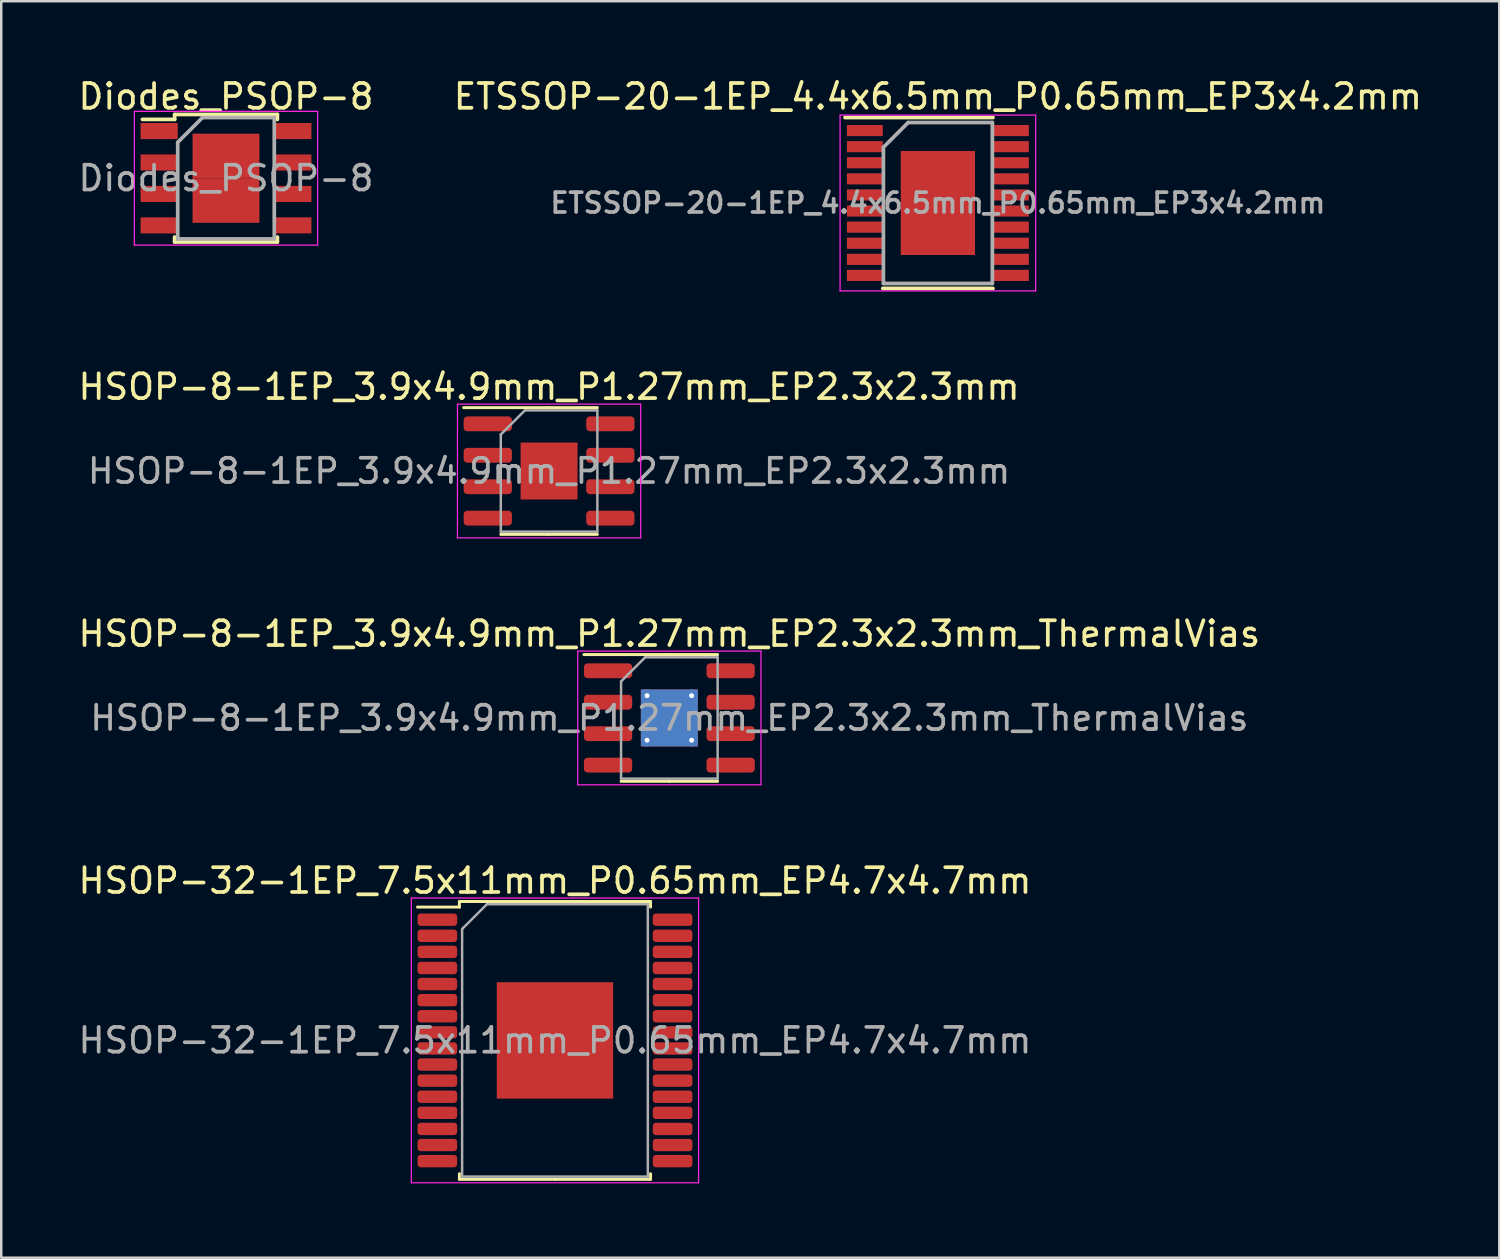
<source format=kicad_pcb>
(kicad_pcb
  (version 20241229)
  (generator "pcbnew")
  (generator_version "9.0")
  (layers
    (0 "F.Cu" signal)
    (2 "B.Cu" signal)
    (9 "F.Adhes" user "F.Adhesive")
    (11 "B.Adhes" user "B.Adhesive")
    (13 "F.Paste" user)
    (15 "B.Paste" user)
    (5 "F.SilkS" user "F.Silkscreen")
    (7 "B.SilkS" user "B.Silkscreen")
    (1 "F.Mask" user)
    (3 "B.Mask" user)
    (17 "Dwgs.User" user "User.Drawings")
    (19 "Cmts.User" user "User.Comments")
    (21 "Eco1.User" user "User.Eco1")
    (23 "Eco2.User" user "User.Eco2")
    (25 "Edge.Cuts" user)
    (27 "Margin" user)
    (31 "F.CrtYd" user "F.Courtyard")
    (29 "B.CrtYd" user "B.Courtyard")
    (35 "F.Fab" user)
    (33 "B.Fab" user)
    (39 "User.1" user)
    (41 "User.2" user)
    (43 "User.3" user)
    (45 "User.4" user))
  (footprint "Diodes_PSOP-8"
    (layer "F.Cu")
    (at 6.077 4.148)
    (property "Reference" "Diodes_PSOP-8" (at 0 -3.3 0) (layer "F.SilkS") (effects (font (size 1 1) (thickness 0.15))))
    (attr smd)
    (fp_line (start -2.075 -2.575) (end -2.075 -2.375) (stroke (width 0.15) (type solid)) (layer "F.SilkS"))
    (fp_line (start -2.075 -2.575) (end 2.075 -2.575) (stroke (width 0.15) (type solid)) (layer "F.SilkS"))
    (fp_line (start -2.075 -2.375) (end -3.375 -2.375) (stroke (width 0.15) (type solid)) (layer "F.SilkS"))
    (fp_line (start -2.075 2.575) (end -2.075 2.375) (stroke (width 0.15) (type solid)) (layer "F.SilkS"))
    (fp_line (start -2.075 2.575) (end 2.075 2.575) (stroke (width 0.15) (type solid)) (layer "F.SilkS"))
    (fp_line (start 2.075 -2.575) (end 2.075 -2.375) (stroke (width 0.15) (type solid)) (layer "F.SilkS"))
    (fp_line (start 2.075 2.575) (end 2.075 2.375) (stroke (width 0.15) (type solid)) (layer "F.SilkS"))
    (fp_line (start -3.7 -2.7) (end -3.7 2.7) (stroke (width 0.05) (type solid)) (layer "F.CrtYd"))
    (fp_line (start -3.7 -2.7) (end 3.7 -2.7) (stroke (width 0.05) (type solid)) (layer "F.CrtYd"))
    (fp_line (start -3.7 2.7) (end 3.7 2.7) (stroke (width 0.05) (type solid)) (layer "F.CrtYd"))
    (fp_line (start 3.7 -2.7) (end 3.7 2.7) (stroke (width 0.05) (type solid)) (layer "F.CrtYd"))
    (fp_line (start -1.95 -1.45) (end -0.95 -2.45) (stroke (width 0.15) (type solid)) (layer "F.Fab"))
    (fp_line (start -1.95 2.45) (end -1.95 -1.45) (stroke (width 0.15) (type solid)) (layer "F.Fab"))
    (fp_line (start -0.95 -2.45) (end 1.95 -2.45) (stroke (width 0.15) (type solid)) (layer "F.Fab"))
    (fp_line (start 1.95 -2.45) (end 1.95 2.45) (stroke (width 0.15) (type solid)) (layer "F.Fab"))
    (fp_line (start 1.95 2.45) (end -1.95 2.45) (stroke (width 0.15) (type solid)) (layer "F.Fab"))
    (fp_text user "${REFERENCE}" (at 0 0 0) (layer "F.Fab") (effects (font (size 1 1) (thickness 0.15))))
    (pad "1" smd rect (at -2.7 -1.905) (size 1.5 0.65) (layers "F.Cu" "F.Mask" "F.Paste"))
    (pad "2" smd rect (at -2.7 -0.635) (size 1.5 0.65) (layers "F.Cu" "F.Mask" "F.Paste"))
    (pad "3" smd rect (at -2.7 0.635) (size 1.5 0.65) (layers "F.Cu" "F.Mask" "F.Paste"))
    (pad "4" smd rect (at -2.7 1.905) (size 1.5 0.65) (layers "F.Cu" "F.Mask" "F.Paste"))
    (pad "5" smd rect (at 2.7 1.905) (size 1.5 0.65) (layers "F.Cu" "F.Mask" "F.Paste"))
    (pad "6" smd rect (at 2.7 0.635) (size 1.5 0.65) (layers "F.Cu" "F.Mask" "F.Paste"))
    (pad "7" smd rect (at 2.7 -0.635) (size 1.5 0.65) (layers "F.Cu" "F.Mask" "F.Paste"))
    (pad "8" smd rect (at 2.7 -1.905) (size 1.5 0.65) (layers "F.Cu" "F.Mask" "F.Paste"))
    (pad "9" smd rect (at -0.675 -0.9) (size 1.35 1.8) (layers "F.Cu" "F.Mask" "F.Paste"))
    (pad "9" smd rect (at -0.675 0.9) (size 1.35 1.8) (layers "F.Cu" "F.Mask" "F.Paste"))
    (pad "9" smd rect (at 0.675 -0.9) (size 1.35 1.8) (layers "F.Cu" "F.Mask" "F.Paste"))
    (pad "9" smd rect (at 0.675 0.9) (size 1.35 1.8) (layers "F.Cu" "F.Mask" "F.Paste")))
  (footprint "HSOP-8-1EP_3.9x4.9mm_P1.27mm_EP2.3x2.3mm"
    (layer "F.Cu")
    (at 19.125 15.972)
    (property "Reference" "HSOP-8-1EP_3.9x4.9mm_P1.27mm_EP2.3x2.3mm" (at 0 -3.4 0) (layer "F.SilkS") (effects (font (size 1 1) (thickness 0.15))))
    (attr smd)
    (fp_line (start 0 -2.56) (end -3.45 -2.56) (stroke (width 0.12) (type solid)) (layer "F.SilkS"))
    (fp_line (start 0 -2.56) (end 1.95 -2.56) (stroke (width 0.12) (type solid)) (layer "F.SilkS"))
    (fp_line (start 0 2.56) (end -1.95 2.56) (stroke (width 0.12) (type solid)) (layer "F.SilkS"))
    (fp_line (start 0 2.56) (end 1.95 2.56) (stroke (width 0.12) (type solid)) (layer "F.SilkS"))
    (fp_line (start -3.7 -2.7) (end -3.7 2.7) (stroke (width 0.05) (type solid)) (layer "F.CrtYd"))
    (fp_line (start -3.7 2.7) (end 3.7 2.7) (stroke (width 0.05) (type solid)) (layer "F.CrtYd"))
    (fp_line (start 3.7 -2.7) (end -3.7 -2.7) (stroke (width 0.05) (type solid)) (layer "F.CrtYd"))
    (fp_line (start 3.7 2.7) (end 3.7 -2.7) (stroke (width 0.05) (type solid)) (layer "F.CrtYd"))
    (fp_line (start -1.95 -1.475) (end -0.975 -2.45) (stroke (width 0.1) (type solid)) (layer "F.Fab"))
    (fp_line (start -1.95 2.45) (end -1.95 -1.475) (stroke (width 0.1) (type solid)) (layer "F.Fab"))
    (fp_line (start -0.975 -2.45) (end 1.95 -2.45) (stroke (width 0.1) (type solid)) (layer "F.Fab"))
    (fp_line (start 1.95 -2.45) (end 1.95 2.45) (stroke (width 0.1) (type solid)) (layer "F.Fab"))
    (fp_line (start 1.95 2.45) (end -1.95 2.45) (stroke (width 0.1) (type solid)) (layer "F.Fab"))
    (fp_text user "${REFERENCE}" (at 0 0 0) (layer "F.Fab") (effects (font (size 0.98 0.98) (thickness 0.15))))
    (pad "" smd roundrect (at -0.575 -0.575) (size 0.93 0.93) (layers "F.Paste") (roundrect_rratio 0.25))
    (pad "" smd roundrect (at -0.575 0.575) (size 0.93 0.93) (layers "F.Paste") (roundrect_rratio 0.25))
    (pad "" smd roundrect (at 0.575 -0.575) (size 0.93 0.93) (layers "F.Paste") (roundrect_rratio 0.25))
    (pad "" smd roundrect (at 0.575 0.575) (size 0.93 0.93) (layers "F.Paste") (roundrect_rratio 0.25))
    (pad "1" smd roundrect (at -2.475 -1.905) (size 1.95 0.6) (layers "F.Cu" "F.Mask" "F.Paste") (roundrect_rratio 0.25))
    (pad "2" smd roundrect (at -2.475 -0.635) (size 1.95 0.6) (layers "F.Cu" "F.Mask" "F.Paste") (roundrect_rratio 0.25))
    (pad "3" smd roundrect (at -2.475 0.635) (size 1.95 0.6) (layers "F.Cu" "F.Mask" "F.Paste") (roundrect_rratio 0.25))
    (pad "4" smd roundrect (at -2.475 1.905) (size 1.95 0.6) (layers "F.Cu" "F.Mask" "F.Paste") (roundrect_rratio 0.25))
    (pad "5" smd roundrect (at 2.475 1.905) (size 1.95 0.6) (layers "F.Cu" "F.Mask" "F.Paste") (roundrect_rratio 0.25))
    (pad "6" smd roundrect (at 2.475 0.635) (size 1.95 0.6) (layers "F.Cu" "F.Mask" "F.Paste") (roundrect_rratio 0.25))
    (pad "7" smd roundrect (at 2.475 -0.635) (size 1.95 0.6) (layers "F.Cu" "F.Mask" "F.Paste") (roundrect_rratio 0.25))
    (pad "8" smd roundrect (at 2.475 -1.905) (size 1.95 0.6) (layers "F.Cu" "F.Mask" "F.Paste") (roundrect_rratio 0.25))
    (pad "9" smd rect (at 0 0) (size 2.3 2.3) (layers "F.Cu" "F.Mask")))
  (footprint "HSOP-32-1EP_7.5x11mm_P0.65mm_EP4.7x4.7mm"
    (layer "F.Cu")
    (at 19.363 38.968)
    (property "Reference" "HSOP-32-1EP_7.5x11mm_P0.65mm_EP4.7x4.7mm" (at 0 -6.45 0) (layer "F.SilkS") (effects (font (size 1 1) (thickness 0.15))))
    (attr smd)
    (fp_line (start -3.86 -5.61) (end -3.86 -5.385) (stroke (width 0.12) (type solid)) (layer "F.SilkS"))
    (fp_line (start -3.86 -5.385) (end -5.55 -5.385) (stroke (width 0.12) (type solid)) (layer "F.SilkS"))
    (fp_line (start -3.86 5.61) (end -3.86 5.385) (stroke (width 0.12) (type solid)) (layer "F.SilkS"))
    (fp_line (start 0 -5.61) (end -3.86 -5.61) (stroke (width 0.12) (type solid)) (layer "F.SilkS"))
    (fp_line (start 0 -5.61) (end 3.86 -5.61) (stroke (width 0.12) (type solid)) (layer "F.SilkS"))
    (fp_line (start 0 5.61) (end -3.86 5.61) (stroke (width 0.12) (type solid)) (layer "F.SilkS"))
    (fp_line (start 0 5.61) (end 3.86 5.61) (stroke (width 0.12) (type solid)) (layer "F.SilkS"))
    (fp_line (start 3.86 -5.61) (end 3.86 -5.385) (stroke (width 0.12) (type solid)) (layer "F.SilkS"))
    (fp_line (start 3.86 5.61) (end 3.86 5.385) (stroke (width 0.12) (type solid)) (layer "F.SilkS"))
    (fp_line (start -5.8 -5.75) (end -5.8 5.75) (stroke (width 0.05) (type solid)) (layer "F.CrtYd"))
    (fp_line (start -5.8 5.75) (end 5.8 5.75) (stroke (width 0.05) (type solid)) (layer "F.CrtYd"))
    (fp_line (start 5.8 -5.75) (end -5.8 -5.75) (stroke (width 0.05) (type solid)) (layer "F.CrtYd"))
    (fp_line (start 5.8 5.75) (end 5.8 -5.75) (stroke (width 0.05) (type solid)) (layer "F.CrtYd"))
    (fp_line (start -3.75 -4.5) (end -2.75 -5.5) (stroke (width 0.1) (type solid)) (layer "F.Fab"))
    (fp_line (start -3.75 5.5) (end -3.75 -4.5) (stroke (width 0.1) (type solid)) (layer "F.Fab"))
    (fp_line (start -2.75 -5.5) (end 3.75 -5.5) (stroke (width 0.1) (type solid)) (layer "F.Fab"))
    (fp_line (start 3.75 -5.5) (end 3.75 5.5) (stroke (width 0.1) (type solid)) (layer "F.Fab"))
    (fp_line (start 3.75 5.5) (end -3.75 5.5) (stroke (width 0.1) (type solid)) (layer "F.Fab"))
    (fp_text user "${REFERENCE}" (at 0 0 0) (layer "F.Fab") (effects (font (size 1 1) (thickness 0.15))))
    (pad "" smd roundrect (at -1.175 -1.175) (size 1.89 1.89) (layers "F.Paste") (roundrect_rratio 0.132))
    (pad "" smd roundrect (at -1.175 1.175) (size 1.89 1.89) (layers "F.Paste") (roundrect_rratio 0.132))
    (pad "" smd roundrect (at 1.175 -1.175) (size 1.89 1.89) (layers "F.Paste") (roundrect_rratio 0.132))
    (pad "" smd roundrect (at 1.175 1.175) (size 1.89 1.89) (layers "F.Paste") (roundrect_rratio 0.132))
    (pad "1" smd roundrect (at -4.75 -4.875) (size 1.6 0.5) (layers "F.Cu" "F.Mask" "F.Paste") (roundrect_rratio 0.25))
    (pad "2" smd roundrect (at -4.75 -4.225) (size 1.6 0.5) (layers "F.Cu" "F.Mask" "F.Paste") (roundrect_rratio 0.25))
    (pad "3" smd roundrect (at -4.75 -3.575) (size 1.6 0.5) (layers "F.Cu" "F.Mask" "F.Paste") (roundrect_rratio 0.25))
    (pad "4" smd roundrect (at -4.75 -2.925) (size 1.6 0.5) (layers "F.Cu" "F.Mask" "F.Paste") (roundrect_rratio 0.25))
    (pad "5" smd roundrect (at -4.75 -2.275) (size 1.6 0.5) (layers "F.Cu" "F.Mask" "F.Paste") (roundrect_rratio 0.25))
    (pad "6" smd roundrect (at -4.75 -1.625) (size 1.6 0.5) (layers "F.Cu" "F.Mask" "F.Paste") (roundrect_rratio 0.25))
    (pad "7" smd roundrect (at -4.75 -0.975) (size 1.6 0.5) (layers "F.Cu" "F.Mask" "F.Paste") (roundrect_rratio 0.25))
    (pad "8" smd roundrect (at -4.75 -0.325) (size 1.6 0.5) (layers "F.Cu" "F.Mask" "F.Paste") (roundrect_rratio 0.25))
    (pad "9" smd roundrect (at -4.75 0.325) (size 1.6 0.5) (layers "F.Cu" "F.Mask" "F.Paste") (roundrect_rratio 0.25))
    (pad "10" smd roundrect (at -4.75 0.975) (size 1.6 0.5) (layers "F.Cu" "F.Mask" "F.Paste") (roundrect_rratio 0.25))
    (pad "11" smd roundrect (at -4.75 1.625) (size 1.6 0.5) (layers "F.Cu" "F.Mask" "F.Paste") (roundrect_rratio 0.25))
    (pad "12" smd roundrect (at -4.75 2.275) (size 1.6 0.5) (layers "F.Cu" "F.Mask" "F.Paste") (roundrect_rratio 0.25))
    (pad "13" smd roundrect (at -4.75 2.925) (size 1.6 0.5) (layers "F.Cu" "F.Mask" "F.Paste") (roundrect_rratio 0.25))
    (pad "14" smd roundrect (at -4.75 3.575) (size 1.6 0.5) (layers "F.Cu" "F.Mask" "F.Paste") (roundrect_rratio 0.25))
    (pad "15" smd roundrect (at -4.75 4.225) (size 1.6 0.5) (layers "F.Cu" "F.Mask" "F.Paste") (roundrect_rratio 0.25))
    (pad "16" smd roundrect (at -4.75 4.875) (size 1.6 0.5) (layers "F.Cu" "F.Mask" "F.Paste") (roundrect_rratio 0.25))
    (pad "17" smd roundrect (at 4.75 4.875) (size 1.6 0.5) (layers "F.Cu" "F.Mask" "F.Paste") (roundrect_rratio 0.25))
    (pad "18" smd roundrect (at 4.75 4.225) (size 1.6 0.5) (layers "F.Cu" "F.Mask" "F.Paste") (roundrect_rratio 0.25))
    (pad "19" smd roundrect (at 4.75 3.575) (size 1.6 0.5) (layers "F.Cu" "F.Mask" "F.Paste") (roundrect_rratio 0.25))
    (pad "20" smd roundrect (at 4.75 2.925) (size 1.6 0.5) (layers "F.Cu" "F.Mask" "F.Paste") (roundrect_rratio 0.25))
    (pad "21" smd roundrect (at 4.75 2.275) (size 1.6 0.5) (layers "F.Cu" "F.Mask" "F.Paste") (roundrect_rratio 0.25))
    (pad "22" smd roundrect (at 4.75 1.625) (size 1.6 0.5) (layers "F.Cu" "F.Mask" "F.Paste") (roundrect_rratio 0.25))
    (pad "23" smd roundrect (at 4.75 0.975) (size 1.6 0.5) (layers "F.Cu" "F.Mask" "F.Paste") (roundrect_rratio 0.25))
    (pad "24" smd roundrect (at 4.75 0.325) (size 1.6 0.5) (layers "F.Cu" "F.Mask" "F.Paste") (roundrect_rratio 0.25))
    (pad "25" smd roundrect (at 4.75 -0.325) (size 1.6 0.5) (layers "F.Cu" "F.Mask" "F.Paste") (roundrect_rratio 0.25))
    (pad "26" smd roundrect (at 4.75 -0.975) (size 1.6 0.5) (layers "F.Cu" "F.Mask" "F.Paste") (roundrect_rratio 0.25))
    (pad "27" smd roundrect (at 4.75 -1.625) (size 1.6 0.5) (layers "F.Cu" "F.Mask" "F.Paste") (roundrect_rratio 0.25))
    (pad "28" smd roundrect (at 4.75 -2.275) (size 1.6 0.5) (layers "F.Cu" "F.Mask" "F.Paste") (roundrect_rratio 0.25))
    (pad "29" smd roundrect (at 4.75 -2.925) (size 1.6 0.5) (layers "F.Cu" "F.Mask" "F.Paste") (roundrect_rratio 0.25))
    (pad "30" smd roundrect (at 4.75 -3.575) (size 1.6 0.5) (layers "F.Cu" "F.Mask" "F.Paste") (roundrect_rratio 0.25))
    (pad "31" smd roundrect (at 4.75 -4.225) (size 1.6 0.5) (layers "F.Cu" "F.Mask" "F.Paste") (roundrect_rratio 0.25))
    (pad "32" smd roundrect (at 4.75 -4.875) (size 1.6 0.5) (layers "F.Cu" "F.Mask" "F.Paste") (roundrect_rratio 0.25))
    (pad "33" smd rect (at 0 0) (size 4.7 4.7) (layers "F.Cu" "F.Mask")))
  (footprint "ETSSOP-20-1EP_4.4x6.5mm_P0.65mm_EP3x4.2mm"
    (layer "F.Cu")
    (at 34.827 5.148)
    (property "Reference" "ETSSOP-20-1EP_4.4x6.5mm_P0.65mm_EP3x4.2mm" (at 0 -4.3 0) (layer "F.SilkS") (effects (font (size 1 1) (thickness 0.15))))
    (attr smd)
    (fp_line (start -3.75 -3.45) (end 2.225 -3.45) (stroke (width 0.15) (type solid)) (layer "F.SilkS"))
    (fp_line (start -2.225 3.45) (end 2.225 3.45) (stroke (width 0.15) (type solid)) (layer "F.SilkS"))
    (fp_line (start -3.95 -3.55) (end -3.95 3.55) (stroke (width 0.05) (type solid)) (layer "F.CrtYd"))
    (fp_line (start -3.95 -3.55) (end 3.95 -3.55) (stroke (width 0.05) (type solid)) (layer "F.CrtYd"))
    (fp_line (start -3.95 3.55) (end 3.95 3.55) (stroke (width 0.05) (type solid)) (layer "F.CrtYd"))
    (fp_line (start 3.95 -3.55) (end 3.95 3.55) (stroke (width 0.05) (type solid)) (layer "F.CrtYd"))
    (fp_line (start -2.2 -2.25) (end -1.2 -3.25) (stroke (width 0.15) (type solid)) (layer "F.Fab"))
    (fp_line (start -2.2 3.25) (end -2.2 -2.25) (stroke (width 0.15) (type solid)) (layer "F.Fab"))
    (fp_line (start -1.2 -3.25) (end 2.2 -3.25) (stroke (width 0.15) (type solid)) (layer "F.Fab"))
    (fp_line (start 2.2 -3.25) (end 2.2 3.25) (stroke (width 0.15) (type solid)) (layer "F.Fab"))
    (fp_line (start 2.2 3.25) (end -2.2 3.25) (stroke (width 0.15) (type solid)) (layer "F.Fab"))
    (fp_text user "${REFERENCE}" (at 0 0 0) (layer "F.Fab") (effects (font (size 0.8 0.8) (thickness 0.15))))
    (pad "" smd rect (at -0.75 -1.4) (size 1.2 1.14) (layers "F.Paste"))
    (pad "" smd rect (at -0.75 0) (size 1.2 1.14) (layers "F.Paste"))
    (pad "" smd rect (at -0.75 1.4) (size 1.2 1.14) (layers "F.Paste"))
    (pad "" smd rect (at 0.75 -1.4) (size 1.2 1.14) (layers "F.Paste"))
    (pad "" smd rect (at 0.75 0) (size 1.2 1.14) (layers "F.Paste"))
    (pad "" smd rect (at 0.75 1.4) (size 1.2 1.14) (layers "F.Paste"))
    (pad "1" smd rect (at -2.95 -2.925) (size 1.45 0.45) (layers "F.Cu" "F.Mask" "F.Paste"))
    (pad "2" smd rect (at -2.95 -2.275) (size 1.45 0.45) (layers "F.Cu" "F.Mask" "F.Paste"))
    (pad "3" smd rect (at -2.95 -1.625) (size 1.45 0.45) (layers "F.Cu" "F.Mask" "F.Paste"))
    (pad "4" smd rect (at -2.95 -0.975) (size 1.45 0.45) (layers "F.Cu" "F.Mask" "F.Paste"))
    (pad "5" smd rect (at -2.95 -0.325) (size 1.45 0.45) (layers "F.Cu" "F.Mask" "F.Paste"))
    (pad "6" smd rect (at -2.95 0.325) (size 1.45 0.45) (layers "F.Cu" "F.Mask" "F.Paste"))
    (pad "7" smd rect (at -2.95 0.975) (size 1.45 0.45) (layers "F.Cu" "F.Mask" "F.Paste"))
    (pad "8" smd rect (at -2.95 1.625) (size 1.45 0.45) (layers "F.Cu" "F.Mask" "F.Paste"))
    (pad "9" smd rect (at -2.95 2.275) (size 1.45 0.45) (layers "F.Cu" "F.Mask" "F.Paste"))
    (pad "10" smd rect (at -2.95 2.925) (size 1.45 0.45) (layers "F.Cu" "F.Mask" "F.Paste"))
    (pad "11" smd rect (at 2.95 2.925) (size 1.45 0.45) (layers "F.Cu" "F.Mask" "F.Paste"))
    (pad "12" smd rect (at 2.95 2.275) (size 1.45 0.45) (layers "F.Cu" "F.Mask" "F.Paste"))
    (pad "13" smd rect (at 2.95 1.625) (size 1.45 0.45) (layers "F.Cu" "F.Mask" "F.Paste"))
    (pad "14" smd rect (at 2.95 0.975) (size 1.45 0.45) (layers "F.Cu" "F.Mask" "F.Paste"))
    (pad "15" smd rect (at 2.95 0.325) (size 1.45 0.45) (layers "F.Cu" "F.Mask" "F.Paste"))
    (pad "16" smd rect (at 2.95 -0.325) (size 1.45 0.45) (layers "F.Cu" "F.Mask" "F.Paste"))
    (pad "17" smd rect (at 2.95 -0.975) (size 1.45 0.45) (layers "F.Cu" "F.Mask" "F.Paste"))
    (pad "18" smd rect (at 2.95 -1.625) (size 1.45 0.45) (layers "F.Cu" "F.Mask" "F.Paste"))
    (pad "19" smd rect (at 2.95 -2.275) (size 1.45 0.45) (layers "F.Cu" "F.Mask" "F.Paste"))
    (pad "20" smd rect (at 2.95 -2.925) (size 1.45 0.45) (layers "F.Cu" "F.Mask" "F.Paste"))
    (pad "21" smd rect (at 0 0) (size 3 4.2) (layers "F.Cu" "F.Mask" "F.Paste")))
  (footprint "HSOP-8-1EP_3.9x4.9mm_P1.27mm_EP2.3x2.3mm_ThermalVias"
    (layer "F.Cu")
    (at 23.982 25.945)
    (property "Reference" "HSOP-8-1EP_3.9x4.9mm_P1.27mm_EP2.3x2.3mm_ThermalVias" (at 0 -3.4 0) (layer "F.SilkS") (effects (font (size 1 1) (thickness 0.15))))
    (attr smd)
    (fp_line (start 0 -2.56) (end -3.45 -2.56) (stroke (width 0.12) (type solid)) (layer "F.SilkS"))
    (fp_line (start 0 -2.56) (end 1.95 -2.56) (stroke (width 0.12) (type solid)) (layer "F.SilkS"))
    (fp_line (start 0 2.56) (end -1.95 2.56) (stroke (width 0.12) (type solid)) (layer "F.SilkS"))
    (fp_line (start 0 2.56) (end 1.95 2.56) (stroke (width 0.12) (type solid)) (layer "F.SilkS"))
    (fp_line (start -3.7 -2.7) (end -3.7 2.7) (stroke (width 0.05) (type solid)) (layer "F.CrtYd"))
    (fp_line (start -3.7 2.7) (end 3.7 2.7) (stroke (width 0.05) (type solid)) (layer "F.CrtYd"))
    (fp_line (start 3.7 -2.7) (end -3.7 -2.7) (stroke (width 0.05) (type solid)) (layer "F.CrtYd"))
    (fp_line (start 3.7 2.7) (end 3.7 -2.7) (stroke (width 0.05) (type solid)) (layer "F.CrtYd"))
    (fp_line (start -1.95 -1.475) (end -0.975 -2.45) (stroke (width 0.1) (type solid)) (layer "F.Fab"))
    (fp_line (start -1.95 2.45) (end -1.95 -1.475) (stroke (width 0.1) (type solid)) (layer "F.Fab"))
    (fp_line (start -0.975 -2.45) (end 1.95 -2.45) (stroke (width 0.1) (type solid)) (layer "F.Fab"))
    (fp_line (start 1.95 -2.45) (end 1.95 2.45) (stroke (width 0.1) (type solid)) (layer "F.Fab"))
    (fp_line (start 1.95 2.45) (end -1.95 2.45) (stroke (width 0.1) (type solid)) (layer "F.Fab"))
    (fp_text user "${REFERENCE}" (at 0 0 0) (layer "F.Fab") (effects (font (size 0.98 0.98) (thickness 0.15))))
    (pad "" smd roundrect (at -0.575 -0.575) (size 0.93 0.93) (layers "F.Paste") (roundrect_rratio 0.25))
    (pad "" smd roundrect (at -0.575 0.575) (size 0.93 0.93) (layers "F.Paste") (roundrect_rratio 0.25))
    (pad "" smd roundrect (at 0.575 -0.575) (size 0.93 0.93) (layers "F.Paste") (roundrect_rratio 0.25))
    (pad "" smd roundrect (at 0.575 0.575) (size 0.93 0.93) (layers "F.Paste") (roundrect_rratio 0.25))
    (pad "1" smd roundrect (at -2.475 -1.905) (size 1.95 0.6) (layers "F.Cu" "F.Mask" "F.Paste") (roundrect_rratio 0.25))
    (pad "2" smd roundrect (at -2.475 -0.635) (size 1.95 0.6) (layers "F.Cu" "F.Mask" "F.Paste") (roundrect_rratio 0.25))
    (pad "3" smd roundrect (at -2.475 0.635) (size 1.95 0.6) (layers "F.Cu" "F.Mask" "F.Paste") (roundrect_rratio 0.25))
    (pad "4" smd roundrect (at -2.475 1.905) (size 1.95 0.6) (layers "F.Cu" "F.Mask" "F.Paste") (roundrect_rratio 0.25))
    (pad "5" smd roundrect (at 2.475 1.905) (size 1.95 0.6) (layers "F.Cu" "F.Mask" "F.Paste") (roundrect_rratio 0.25))
    (pad "6" smd roundrect (at 2.475 0.635) (size 1.95 0.6) (layers "F.Cu" "F.Mask" "F.Paste") (roundrect_rratio 0.25))
    (pad "7" smd roundrect (at 2.475 -0.635) (size 1.95 0.6) (layers "F.Cu" "F.Mask" "F.Paste") (roundrect_rratio 0.25))
    (pad "8" smd roundrect (at 2.475 -1.905) (size 1.95 0.6) (layers "F.Cu" "F.Mask" "F.Paste") (roundrect_rratio 0.25))
    (pad "9" thru_hole circle (at -0.9 -0.9) (size 0.5 0.5) (drill 0.2) (layers "*.Cu"))
    (pad "9" thru_hole circle (at -0.9 0.9) (size 0.5 0.5) (drill 0.2) (layers "*.Cu"))
    (pad "9" smd rect (at 0 0) (size 2.3 2.3) (layers "F.Cu" "F.Mask"))
    (pad "9" smd rect (at 0 0) (size 2.3 2.3) (layers "B.Cu"))
    (pad "9" thru_hole circle (at 0.9 -0.9) (size 0.5 0.5) (drill 0.2) (layers "*.Cu"))
    (pad "9" thru_hole circle (at 0.9 0.9) (size 0.5 0.5) (drill 0.2) (layers "*.Cu")))
  (gr_rect
    (start -3 -3)
    (end 57.5 47.743)
    (stroke (width 0.1) (type default))
    (fill no)
    (layer "Edge.Cuts")))
</source>
